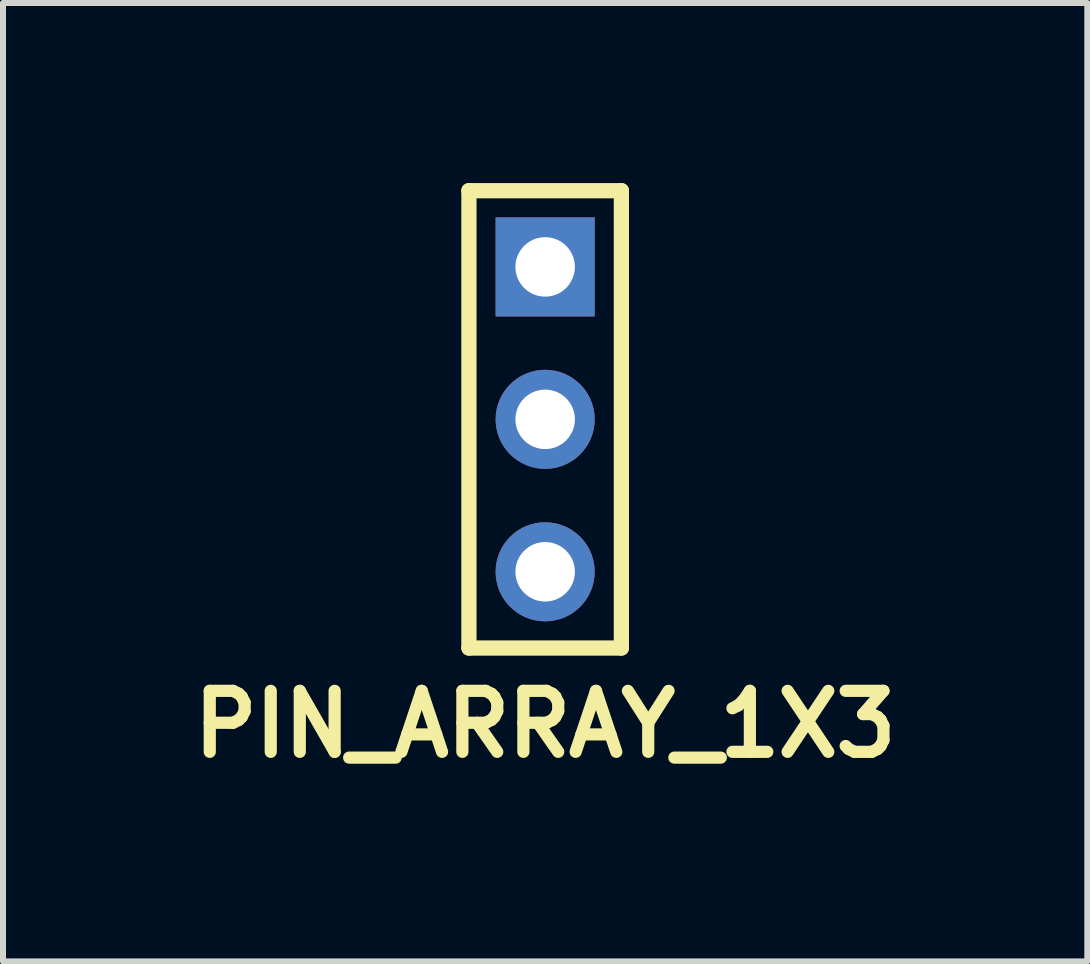
<source format=kicad_pcb>
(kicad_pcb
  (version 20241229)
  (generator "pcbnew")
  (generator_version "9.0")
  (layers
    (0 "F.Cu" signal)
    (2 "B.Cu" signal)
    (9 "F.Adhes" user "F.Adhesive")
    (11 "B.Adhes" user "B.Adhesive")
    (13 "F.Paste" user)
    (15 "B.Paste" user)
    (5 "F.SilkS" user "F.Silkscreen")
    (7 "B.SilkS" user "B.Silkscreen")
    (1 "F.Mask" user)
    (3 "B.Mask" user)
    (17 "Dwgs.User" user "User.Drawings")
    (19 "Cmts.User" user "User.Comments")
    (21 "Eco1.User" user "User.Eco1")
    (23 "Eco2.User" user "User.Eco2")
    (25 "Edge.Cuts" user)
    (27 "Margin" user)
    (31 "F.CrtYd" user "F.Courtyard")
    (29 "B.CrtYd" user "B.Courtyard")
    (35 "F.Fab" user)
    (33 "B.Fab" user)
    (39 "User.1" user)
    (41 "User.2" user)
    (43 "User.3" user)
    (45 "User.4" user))
  (footprint "PIN_ARRAY_1X3"
    (layer "F.Cu")
    (at 6.033 3.937)
    (property "Reference" "PIN_ARRAY_1X3" (at 0 5.08 0) (layer "F.SilkS") (effects (font (size 1.016 1.016) (thickness 0.203))))
    (attr through_hole)
    (fp_line (start -1.27 -3.81) (end -1.27 3.81) (stroke (width 0.254) (type solid)) (layer "F.SilkS"))
    (fp_line (start -1.27 3.81) (end 1.27 3.81) (stroke (width 0.254) (type solid)) (layer "F.SilkS"))
    (fp_line (start 1.27 -3.81) (end -1.27 -3.81) (stroke (width 0.254) (type solid)) (layer "F.SilkS"))
    (fp_line (start 1.27 3.81) (end 1.27 -3.81) (stroke (width 0.254) (type solid)) (layer "F.SilkS"))
    (pad "1" thru_hole rect (at 0 -2.54) (size 1.651 1.651) (drill 0.991) (layers "*.Cu" "*.Mask"))
    (pad "2" thru_hole circle (at 0 0) (size 1.651 1.651) (drill 0.991) (layers "*.Cu" "*.Mask"))
    (pad "3" thru_hole circle (at 0 2.54) (size 1.651 1.651) (drill 0.991) (layers "*.Cu" "*.Mask")))
  (gr_rect
    (start -3 -3)
    (end 15.066 12.968)
    (stroke (width 0.1) (type default))
    (fill no)
    (layer "Edge.Cuts")))
</source>
